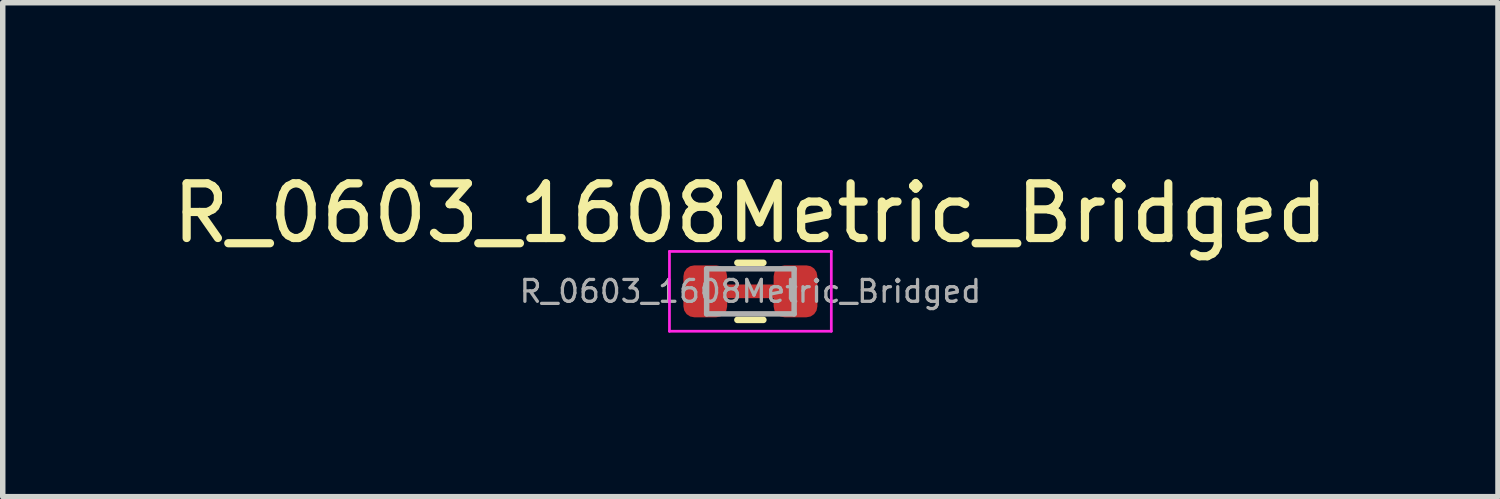
<source format=kicad_pcb>
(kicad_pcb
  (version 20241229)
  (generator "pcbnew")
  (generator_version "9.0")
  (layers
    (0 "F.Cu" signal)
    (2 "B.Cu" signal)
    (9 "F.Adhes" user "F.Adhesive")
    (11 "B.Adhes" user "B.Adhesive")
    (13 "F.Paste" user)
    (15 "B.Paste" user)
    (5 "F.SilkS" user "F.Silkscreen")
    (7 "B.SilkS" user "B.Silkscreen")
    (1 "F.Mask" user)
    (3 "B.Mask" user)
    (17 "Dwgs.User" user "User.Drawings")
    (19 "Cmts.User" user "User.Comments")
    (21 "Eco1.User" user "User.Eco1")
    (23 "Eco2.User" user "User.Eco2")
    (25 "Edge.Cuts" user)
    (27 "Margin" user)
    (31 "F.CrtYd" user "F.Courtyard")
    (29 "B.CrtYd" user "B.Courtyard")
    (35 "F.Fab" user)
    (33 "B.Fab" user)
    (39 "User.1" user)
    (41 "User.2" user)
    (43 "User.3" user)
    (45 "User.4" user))
  (footprint "R_0603_1608Metric_Bridged"
    (layer "F.Cu")
    (at 10.673 2.278)
    (property "Reference" "R_0603_1608Metric_Bridged" (at 0 -1.43 0) (layer "F.SilkS") (effects (font (size 1 1) (thickness 0.15))))
    (attr smd)
    (fp_poly (pts (xy 0.45 0.125) (xy -0.45 0.125) (xy -0.45 -0.125) (xy 0.45 -0.125)) (stroke (width 0) (type solid)) (fill yes) (layer "F.Cu"))
    (fp_line (start -0.237 -0.522) (end 0.237 -0.522) (stroke (width 0.12) (type solid)) (layer "F.SilkS"))
    (fp_line (start -0.237 0.522) (end 0.237 0.522) (stroke (width 0.12) (type solid)) (layer "F.SilkS"))
    (fp_line (start -1.48 -0.73) (end 1.48 -0.73) (stroke (width 0.05) (type solid)) (layer "F.CrtYd"))
    (fp_line (start -1.48 0.73) (end -1.48 -0.73) (stroke (width 0.05) (type solid)) (layer "F.CrtYd"))
    (fp_line (start 1.48 -0.73) (end 1.48 0.73) (stroke (width 0.05) (type solid)) (layer "F.CrtYd"))
    (fp_line (start 1.48 0.73) (end -1.48 0.73) (stroke (width 0.05) (type solid)) (layer "F.CrtYd"))
    (fp_line (start -0.8 -0.412) (end 0.8 -0.412) (stroke (width 0.1) (type solid)) (layer "F.Fab"))
    (fp_line (start -0.8 0.412) (end -0.8 -0.412) (stroke (width 0.1) (type solid)) (layer "F.Fab"))
    (fp_line (start 0.8 -0.412) (end 0.8 0.412) (stroke (width 0.1) (type solid)) (layer "F.Fab"))
    (fp_line (start 0.8 0.412) (end -0.8 0.412) (stroke (width 0.1) (type solid)) (layer "F.Fab"))
    (fp_text user "${REFERENCE}" (at 0 0 0) (layer "F.Fab") (effects (font (size 0.4 0.4) (thickness 0.06))))
    (pad "1" smd roundrect (at -0.825 0) (size 0.8 0.95) (layers "F.Cu" "F.Mask" "F.Paste") (roundrect_rratio 0.25))
    (pad "2" smd roundrect (at 0.825 0) (size 0.8 0.95) (layers "F.Cu" "F.Mask" "F.Paste") (roundrect_rratio 0.25)))
  (gr_rect
    (start -3 -3)
    (end 24.345 6.033)
    (stroke (width 0.1) (type default))
    (fill no)
    (layer "Edge.Cuts")))
</source>
